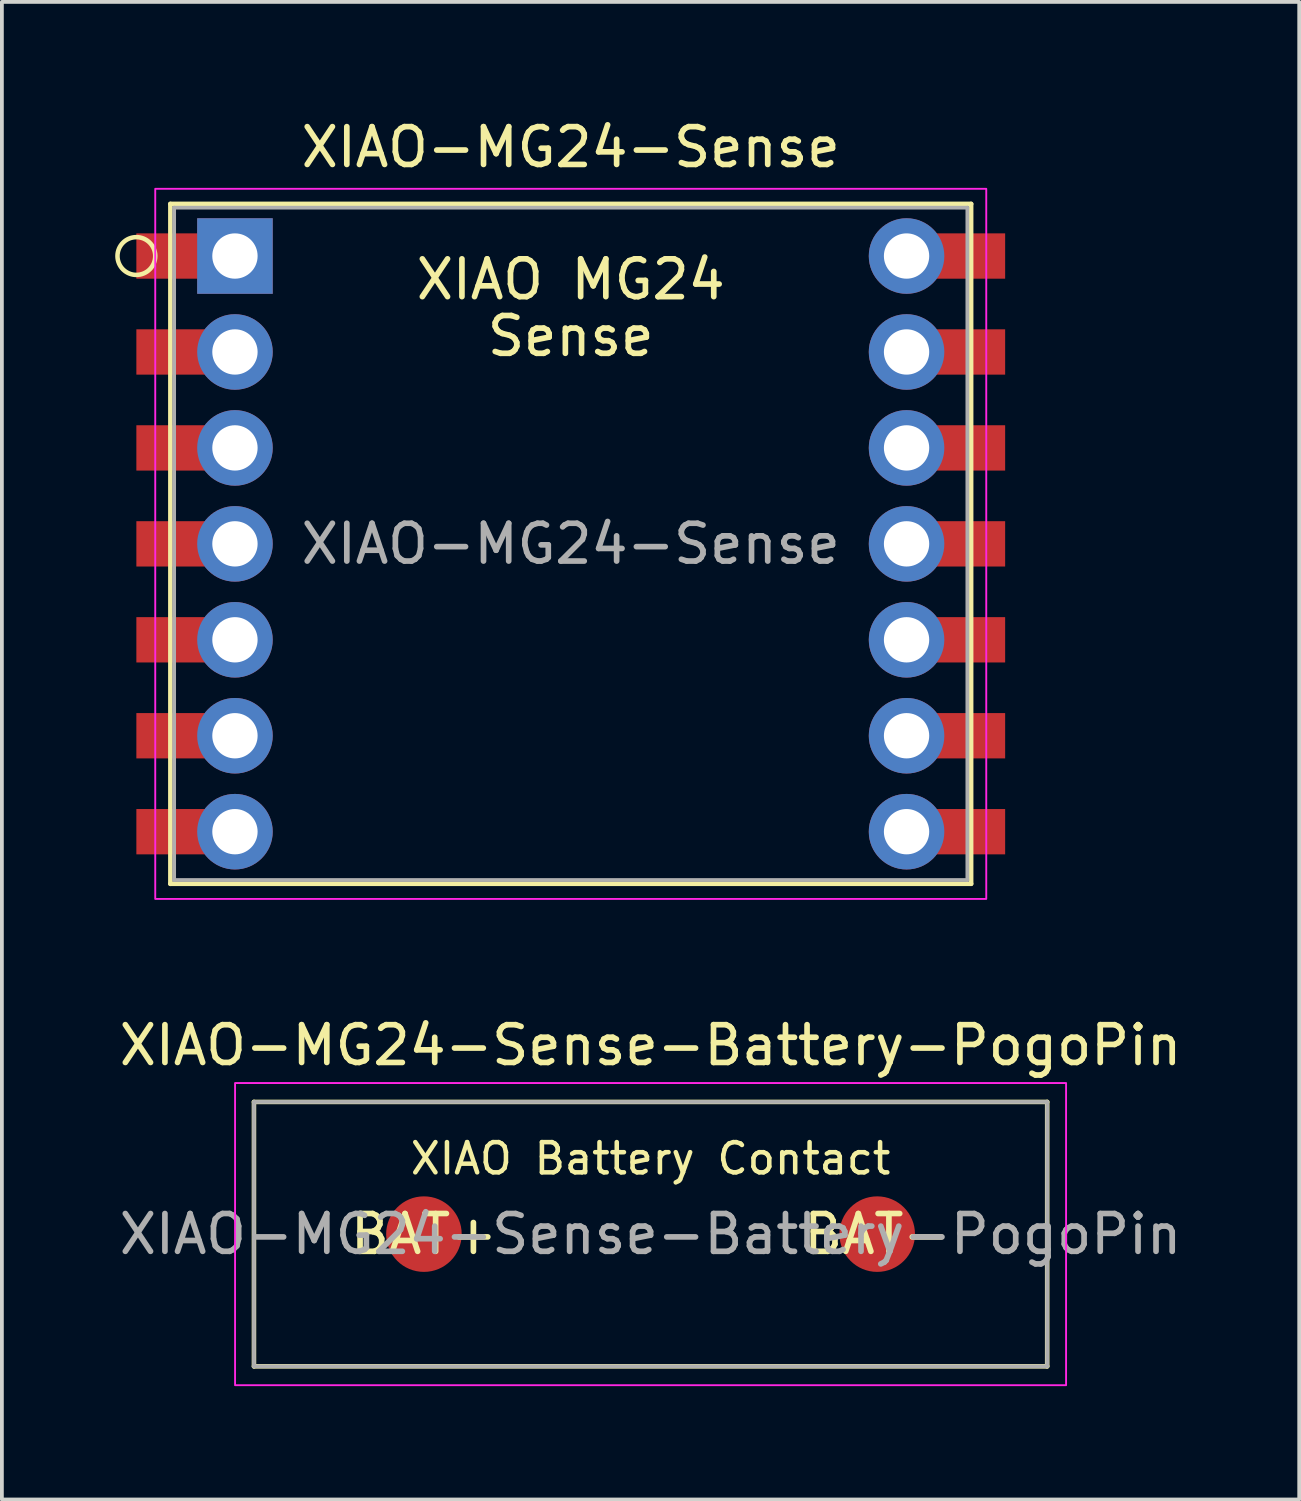
<source format=kicad_pcb>
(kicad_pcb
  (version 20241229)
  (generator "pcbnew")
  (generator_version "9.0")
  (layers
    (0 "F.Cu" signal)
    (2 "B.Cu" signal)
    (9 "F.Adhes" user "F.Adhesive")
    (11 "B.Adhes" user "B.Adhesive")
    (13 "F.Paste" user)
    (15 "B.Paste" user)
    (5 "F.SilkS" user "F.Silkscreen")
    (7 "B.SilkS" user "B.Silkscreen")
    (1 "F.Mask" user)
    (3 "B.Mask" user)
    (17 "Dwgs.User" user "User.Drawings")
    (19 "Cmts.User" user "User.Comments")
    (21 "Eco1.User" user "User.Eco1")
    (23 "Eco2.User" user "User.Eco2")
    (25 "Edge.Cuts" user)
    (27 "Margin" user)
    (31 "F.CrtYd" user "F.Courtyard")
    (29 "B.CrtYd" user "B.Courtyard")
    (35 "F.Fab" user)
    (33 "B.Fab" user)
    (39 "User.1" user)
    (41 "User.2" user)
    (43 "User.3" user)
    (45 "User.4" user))
  (footprint "XIAO-MG24-Sense-Battery-PogoPin"
    (layer "F.Cu")
    (at 14.173 29.622)
    (property "Reference" "XIAO-MG24-Sense-Battery-PogoPin" (at 0 -5 0) (layer "F.SilkS") (effects (font (size 1 1) (thickness 0.15))))
    (attr smd)
    (fp_line (start -10.5 -3.5) (end -10.5 3.5) (stroke (width 0.12) (type solid)) (layer "F.SilkS"))
    (fp_line (start -10.5 3.5) (end 10.5 3.5) (stroke (width 0.12) (type solid)) (layer "F.SilkS"))
    (fp_line (start 10.5 -3.5) (end -10.5 -3.5) (stroke (width 0.12) (type solid)) (layer "F.SilkS"))
    (fp_line (start 10.5 3.5) (end 10.5 -3.5) (stroke (width 0.12) (type solid)) (layer "F.SilkS"))
    (fp_rect (start -11 -4) (end 11 4) (stroke (width 0.05) (type solid)) (fill no) (layer "F.CrtYd"))
    (fp_line (start -10.5 -3.5) (end -10.5 3.5) (stroke (width 0.1) (type solid)) (layer "F.Fab"))
    (fp_line (start -10.5 3.5) (end 10.5 3.5) (stroke (width 0.1) (type solid)) (layer "F.Fab"))
    (fp_line (start 10.5 -3.5) (end -10.5 -3.5) (stroke (width 0.1) (type solid)) (layer "F.Fab"))
    (fp_line (start 10.5 3.5) (end 10.5 -3.5) (stroke (width 0.1) (type solid)) (layer "F.Fab"))
    (fp_text user "BAT+" (at -6 0 0) (layer "F.SilkS") (effects (font (size 1 1) (thickness 0.15))))
    (fp_text user "BAT-" (at 6 0 0) (layer "F.SilkS") (effects (font (size 1 1) (thickness 0.15))))
    (fp_text user "XIAO Battery Contact" (at 0 -2 0) (layer "F.SilkS") (effects (font (size 0.8 0.8) (thickness 0.12))))
    (fp_text user "${REFERENCE}" (at 0 0 0) (layer "F.Fab") (effects (font (size 1 1) (thickness 0.15))))
    (pad "1" smd circle (at -6 0) (size 2 2) (layers "F.Cu" "F.Mask" "F.Paste"))
    (pad "2" smd circle (at 6 0) (size 2 2) (layers "F.Cu" "F.Mask" "F.Paste")))
  (footprint "XIAO-MG24-Sense"
    (layer "F.Cu")
    (at 12.06 11.348)
    (property "Reference" "XIAO-MG24-Sense" (at 0 -10.5 0) (layer "F.SilkS") (effects (font (size 1 1) (thickness 0.15))))
    (attr through_hole)
    (fp_line (start -10.6 -9) (end -10.6 9) (stroke (width 0.12) (type solid)) (layer "F.SilkS"))
    (fp_line (start -10.6 9) (end 10.6 9) (stroke (width 0.12) (type solid)) (layer "F.SilkS"))
    (fp_line (start 10.6 -9) (end -10.6 -9) (stroke (width 0.12) (type solid)) (layer "F.SilkS"))
    (fp_line (start 10.6 9) (end 10.6 -9) (stroke (width 0.12) (type solid)) (layer "F.SilkS"))
    (fp_circle (center -11.5 -7.62) (end -11 -7.62) (stroke (width 0.12) (type solid)) (fill no) (layer "F.SilkS"))
    (fp_rect (start -11 -9.4) (end 11 9.4) (stroke (width 0.05) (type solid)) (fill no) (layer "F.CrtYd"))
    (fp_line (start -10.5 -8.9) (end -10.5 8.9) (stroke (width 0.1) (type solid)) (layer "F.Fab"))
    (fp_line (start -10.5 8.9) (end 10.5 8.9) (stroke (width 0.1) (type solid)) (layer "F.Fab"))
    (fp_line (start 10.5 -8.9) (end -10.5 -8.9) (stroke (width 0.1) (type solid)) (layer "F.Fab"))
    (fp_line (start 10.5 8.9) (end 10.5 -8.9) (stroke (width 0.1) (type solid)) (layer "F.Fab"))
    (fp_text user "XIAO MG24" (at 0 -7 0) (layer "F.SilkS") (effects (font (size 1 1) (thickness 0.15))))
    (fp_text user "Sense" (at 0 -5.5 0) (layer "F.SilkS") (effects (font (size 1 1) (thickness 0.15))))
    (fp_text user "${REFERENCE}" (at 0 0 0) (layer "F.Fab") (effects (font (size 1 1) (thickness 0.15))))
    (pad "1" smd rect (at -10.5 -7.62) (size 2 1.2) (layers "F.Cu" "F.Mask" "F.Paste"))
    (pad "1" thru_hole rect (at -8.89 -7.62) (size 2 2) (drill 1.2) (layers "*.Cu" "*.Mask"))
    (pad "2" smd rect (at -10.5 -5.08) (size 2 1.2) (layers "F.Cu" "F.Mask" "F.Paste"))
    (pad "2" thru_hole circle (at -8.89 -5.08) (size 2 2) (drill 1.2) (layers "*.Cu" "*.Mask"))
    (pad "3" smd rect (at -10.5 -2.54) (size 2 1.2) (layers "F.Cu" "F.Mask" "F.Paste"))
    (pad "3" thru_hole circle (at -8.89 -2.54) (size 2 2) (drill 1.2) (layers "*.Cu" "*.Mask"))
    (pad "4" smd rect (at -10.5 0) (size 2 1.2) (layers "F.Cu" "F.Mask" "F.Paste"))
    (pad "4" thru_hole circle (at -8.89 0) (size 2 2) (drill 1.2) (layers "*.Cu" "*.Mask"))
    (pad "5" smd rect (at -10.5 2.54) (size 2 1.2) (layers "F.Cu" "F.Mask" "F.Paste"))
    (pad "5" thru_hole circle (at -8.89 2.54) (size 2 2) (drill 1.2) (layers "*.Cu" "*.Mask"))
    (pad "6" smd rect (at -10.5 5.08) (size 2 1.2) (layers "F.Cu" "F.Mask" "F.Paste"))
    (pad "6" thru_hole circle (at -8.89 5.08) (size 2 2) (drill 1.2) (layers "*.Cu" "*.Mask"))
    (pad "7" smd rect (at -10.5 7.62) (size 2 1.2) (layers "F.Cu" "F.Mask" "F.Paste"))
    (pad "7" thru_hole circle (at -8.89 7.62) (size 2 2) (drill 1.2) (layers "*.Cu" "*.Mask"))
    (pad "8" thru_hole circle (at 8.89 -7.62) (size 2 2) (drill 1.2) (layers "*.Cu" "*.Mask"))
    (pad "8" smd rect (at 10.5 -7.62) (size 2 1.2) (layers "F.Cu" "F.Mask" "F.Paste"))
    (pad "9" thru_hole circle (at 8.89 -5.08) (size 2 2) (drill 1.2) (layers "*.Cu" "*.Mask"))
    (pad "9" smd rect (at 10.5 -5.08) (size 2 1.2) (layers "F.Cu" "F.Mask" "F.Paste"))
    (pad "10" thru_hole circle (at 8.89 -2.54) (size 2 2) (drill 1.2) (layers "*.Cu" "*.Mask"))
    (pad "10" smd rect (at 10.5 -2.54) (size 2 1.2) (layers "F.Cu" "F.Mask" "F.Paste"))
    (pad "11" thru_hole circle (at 8.89 0) (size 2 2) (drill 1.2) (layers "*.Cu" "*.Mask"))
    (pad "11" smd rect (at 10.5 0) (size 2 1.2) (layers "F.Cu" "F.Mask" "F.Paste"))
    (pad "12" thru_hole circle (at 8.89 2.54) (size 2 2) (drill 1.2) (layers "*.Cu" "*.Mask"))
    (pad "12" smd rect (at 10.5 2.54) (size 2 1.2) (layers "F.Cu" "F.Mask" "F.Paste"))
    (pad "13" thru_hole circle (at 8.89 5.08) (size 2 2) (drill 1.2) (layers "*.Cu" "*.Mask"))
    (pad "13" smd rect (at 10.5 5.08) (size 2 1.2) (layers "F.Cu" "F.Mask" "F.Paste"))
    (pad "14" thru_hole circle (at 8.89 7.62) (size 2 2) (drill 1.2) (layers "*.Cu" "*.Mask"))
    (pad "14" smd rect (at 10.5 7.62) (size 2 1.2) (layers "F.Cu" "F.Mask" "F.Paste")))
  (gr_rect
    (start -3 -3)
    (end 31.345 36.647)
    (stroke (width 0.1) (type default))
    (fill no)
    (layer "Edge.Cuts")))
</source>
